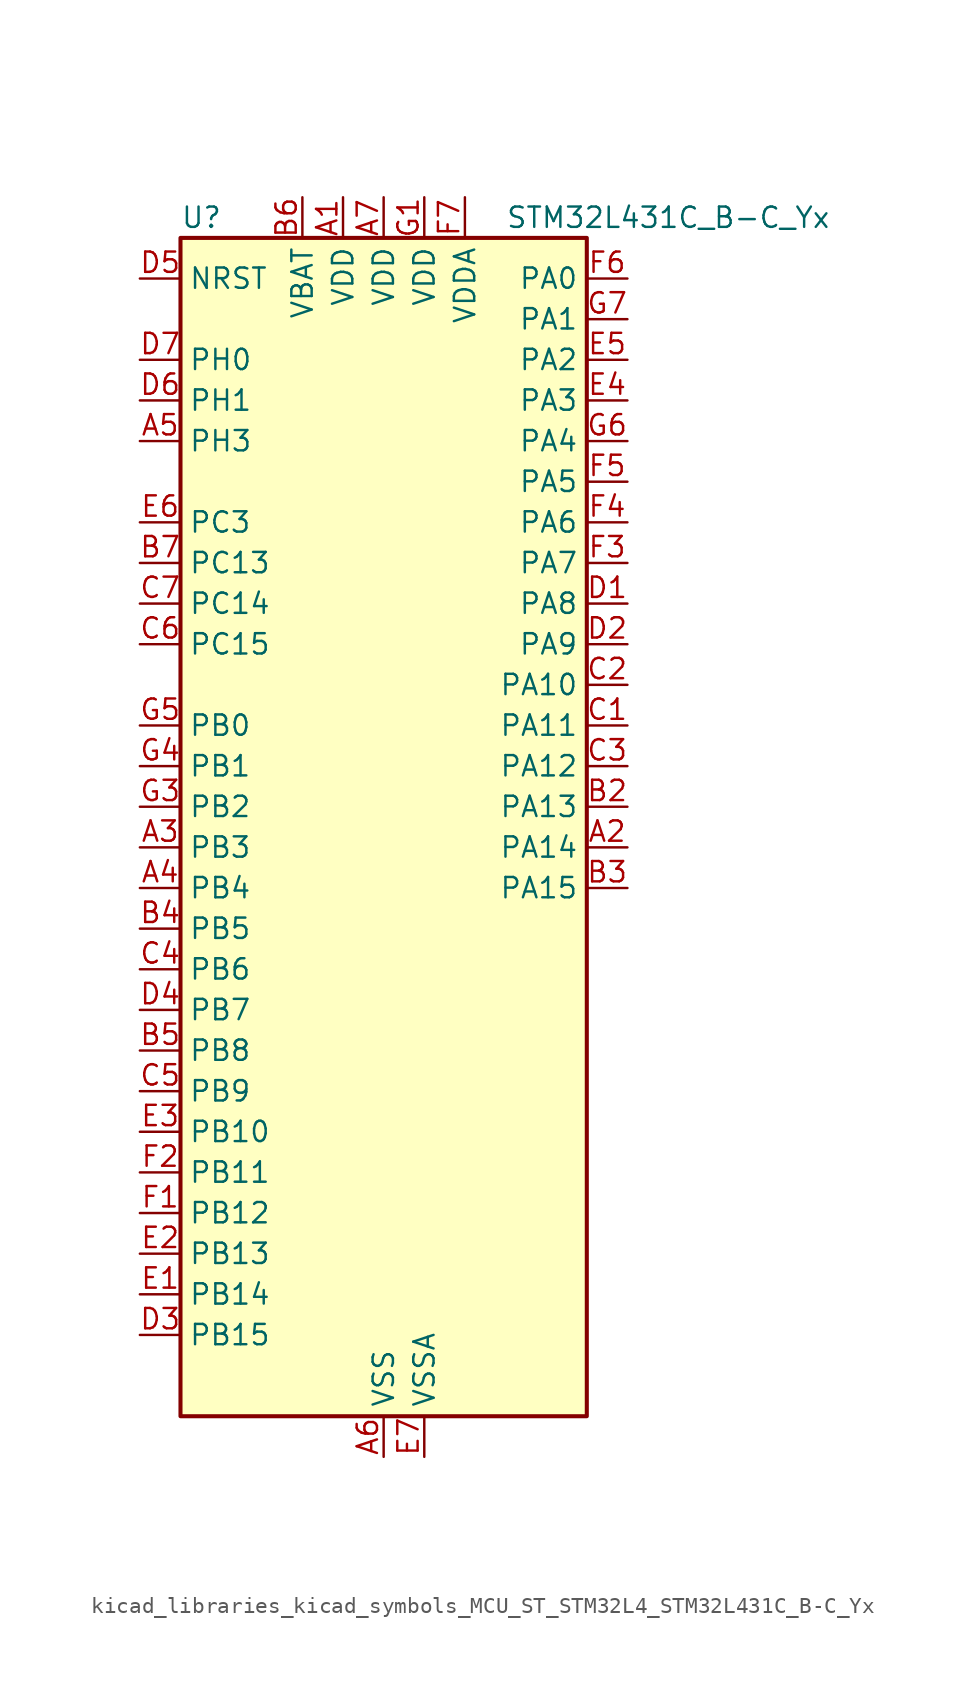
<source format=kicad_sym>
(kicad_symbol_lib
  (version 20220914)
  (generator kicad_symbol_editor)
  (symbol "kicad_libraries_kicad_symbols_MCU_ST_STM32L4_STM32L431C_B-C_Yx"
    (property "Reference" "U"
      (at -12.7 39.37 0)
      (effects (font (size 1.27 1.27)) (justify left)))
    (property "Value" "STM32L431C_B-C_Yx"
      (at 7.62 39.37 0)
      (effects (font (size 1.27 1.27)) (justify left)))
    (property "ki_locked" ""
      (at 0 0 0)
      (effects (font (size 1.27 1.27))))
    (symbol "kicad_libraries_kicad_symbols_MCU_ST_STM32L4_STM32L431C_B-C_Yx_0_1"
      (rectangle (start -12.7 -35.56) (end 12.7 38.1) (stroke (width 0.254) (type default)) (fill (type background))))
    (symbol "kicad_libraries_kicad_symbols_MCU_ST_STM32L4_STM32L431C_B-C_Yx_1_1"
      (pin power_in line (at -2.54 40.64 270) (length 2.54) (name "VDD" (effects (font (size 1.27 1.27)))) (number "A1" (effects (font (size 1.27 1.27)))))
      (pin bidirectional line (at 15.24 0 180) (length 2.54) (name "PA14" (effects (font (size 1.27 1.27)))) (number "A2" (effects (font (size 1.27 1.27)))) (alternate "I2C1_SMBA" bidirectional line) (alternate "LPTIM1_OUT" bidirectional line) (alternate "SAI1_FS_B" bidirectional line) (alternate "SWPMI1_RX" bidirectional line) (alternate "SYS_JTCK-SWCLK" bidirectional line))
      (pin bidirectional line (at -15.24 0 0) (length 2.54) (name "PB3" (effects (font (size 1.27 1.27)))) (number "A3" (effects (font (size 1.27 1.27)))) (alternate "COMP2_INM" bidirectional line) (alternate "SAI1_SCK_B" bidirectional line) (alternate "SPI1_SCK" bidirectional line) (alternate "SPI3_SCK" bidirectional line) (alternate "SYS_JTDO-SWO" bidirectional line) (alternate "TIM2_CH2" bidirectional line) (alternate "USART1_DE" bidirectional line) (alternate "USART1_RTS" bidirectional line))
      (pin bidirectional line (at -15.24 -2.54 0) (length 2.54) (name "PB4" (effects (font (size 1.27 1.27)))) (number "A4" (effects (font (size 1.27 1.27)))) (alternate "COMP2_INP" bidirectional line) (alternate "I2C3_SDA" bidirectional line) (alternate "SAI1_MCLK_B" bidirectional line) (alternate "SPI1_MISO" bidirectional line) (alternate "SPI3_MISO" bidirectional line) (alternate "SYS_JTRST" bidirectional line) (alternate "TSC_G2_IO1" bidirectional line) (alternate "USART1_CTS" bidirectional line))
      (pin bidirectional line (at -15.24 25.4 0) (length 2.54) (name "PH3" (effects (font (size 1.27 1.27)))) (number "A5" (effects (font (size 1.27 1.27)))))
      (pin power_in line (at 0 -38.1 90) (length 2.54) (name "VSS" (effects (font (size 1.27 1.27)))) (number "A6" (effects (font (size 1.27 1.27)))))
      (pin power_in line (at 0 40.64 270) (length 2.54) (name "VDD" (effects (font (size 1.27 1.27)))) (number "A7" (effects (font (size 1.27 1.27)))))
      (pin passive line (at 0 -38.1 90) (length 2.54) hide (name "VSS" (effects (font (size 1.27 1.27)))) (number "B1" (effects (font (size 1.27 1.27)))))
      (pin bidirectional line (at 15.24 2.54 180) (length 2.54) (name "PA13" (effects (font (size 1.27 1.27)))) (number "B2" (effects (font (size 1.27 1.27)))) (alternate "IR_OUT" bidirectional line) (alternate "SAI1_SD_B" bidirectional line) (alternate "SWPMI1_TX" bidirectional line) (alternate "SYS_JTMS-SWDIO" bidirectional line))
      (pin bidirectional line (at 15.24 -2.54 180) (length 2.54) (name "PA15" (effects (font (size 1.27 1.27)))) (number "B3" (effects (font (size 1.27 1.27)))) (alternate "ADC1_EXTI15" bidirectional line) (alternate "SPI1_NSS" bidirectional line) (alternate "SPI3_NSS" bidirectional line) (alternate "SWPMI1_SUSPEND" bidirectional line) (alternate "SYS_JTDI" bidirectional line) (alternate "TIM2_CH1" bidirectional line) (alternate "TIM2_ETR" bidirectional line) (alternate "USART2_RX" bidirectional line) (alternate "USART3_DE" bidirectional line) (alternate "USART3_RTS" bidirectional line))
      (pin bidirectional line (at -15.24 -5.08 0) (length 2.54) (name "PB5" (effects (font (size 1.27 1.27)))) (number "B4" (effects (font (size 1.27 1.27)))) (alternate "COMP2_OUT" bidirectional line) (alternate "I2C1_SMBA" bidirectional line) (alternate "LPTIM1_IN1" bidirectional line) (alternate "SAI1_SD_B" bidirectional line) (alternate "SPI1_MOSI" bidirectional line) (alternate "SPI3_MOSI" bidirectional line) (alternate "TIM16_BKIN" bidirectional line) (alternate "TSC_G2_IO2" bidirectional line) (alternate "USART1_CK" bidirectional line))
      (pin bidirectional line (at -15.24 -12.7 0) (length 2.54) (name "PB8" (effects (font (size 1.27 1.27)))) (number "B5" (effects (font (size 1.27 1.27)))) (alternate "CAN1_RX" bidirectional line) (alternate "I2C1_SCL" bidirectional line) (alternate "SAI1_MCLK_A" bidirectional line) (alternate "TIM16_CH1" bidirectional line))
      (pin power_in line (at -5.08 40.64 270) (length 2.54) (name "VBAT" (effects (font (size 1.27 1.27)))) (number "B6" (effects (font (size 1.27 1.27)))))
      (pin bidirectional line (at -15.24 17.78 0) (length 2.54) (name "PC13" (effects (font (size 1.27 1.27)))) (number "B7" (effects (font (size 1.27 1.27)))) (alternate "RTC_OUT_ALARM" bidirectional line) (alternate "RTC_OUT_CALIB" bidirectional line) (alternate "RTC_TAMP1" bidirectional line) (alternate "RTC_TS" bidirectional line) (alternate "SYS_WKUP2" bidirectional line))
      (pin bidirectional line (at 15.24 7.62 180) (length 2.54) (name "PA11" (effects (font (size 1.27 1.27)))) (number "C1" (effects (font (size 1.27 1.27)))) (alternate "ADC1_EXTI11" bidirectional line) (alternate "CAN1_RX" bidirectional line) (alternate "COMP1_OUT" bidirectional line) (alternate "SPI1_MISO" bidirectional line) (alternate "TIM1_BKIN2" bidirectional line) (alternate "TIM1_BKIN2_COMP1" bidirectional line) (alternate "TIM1_CH4" bidirectional line) (alternate "USART1_CTS" bidirectional line))
      (pin bidirectional line (at 15.24 10.16 180) (length 2.54) (name "PA10" (effects (font (size 1.27 1.27)))) (number "C2" (effects (font (size 1.27 1.27)))) (alternate "I2C1_SDA" bidirectional line) (alternate "SAI1_SD_A" bidirectional line) (alternate "TIM1_CH3" bidirectional line) (alternate "USART1_RX" bidirectional line))
      (pin bidirectional line (at 15.24 5.08 180) (length 2.54) (name "PA12" (effects (font (size 1.27 1.27)))) (number "C3" (effects (font (size 1.27 1.27)))) (alternate "CAN1_TX" bidirectional line) (alternate "SPI1_MOSI" bidirectional line) (alternate "TIM1_ETR" bidirectional line) (alternate "USART1_DE" bidirectional line) (alternate "USART1_RTS" bidirectional line))
      (pin bidirectional line (at -15.24 -7.62 0) (length 2.54) (name "PB6" (effects (font (size 1.27 1.27)))) (number "C4" (effects (font (size 1.27 1.27)))) (alternate "COMP2_INP" bidirectional line) (alternate "I2C1_SCL" bidirectional line) (alternate "LPTIM1_ETR" bidirectional line) (alternate "SAI1_FS_B" bidirectional line) (alternate "TIM16_CH1N" bidirectional line) (alternate "TSC_G2_IO3" bidirectional line) (alternate "USART1_TX" bidirectional line))
      (pin bidirectional line (at -15.24 -15.24 0) (length 2.54) (name "PB9" (effects (font (size 1.27 1.27)))) (number "C5" (effects (font (size 1.27 1.27)))) (alternate "CAN1_TX" bidirectional line) (alternate "DAC1_EXTI9" bidirectional line) (alternate "I2C1_SDA" bidirectional line) (alternate "IR_OUT" bidirectional line) (alternate "SAI1_FS_A" bidirectional line) (alternate "SPI2_NSS" bidirectional line))
      (pin bidirectional line (at -15.24 12.7 0) (length 2.54) (name "PC15" (effects (font (size 1.27 1.27)))) (number "C6" (effects (font (size 1.27 1.27)))) (alternate "ADC1_EXTI15" bidirectional line) (alternate "RCC_OSC32_OUT" bidirectional line))
      (pin bidirectional line (at -15.24 15.24 0) (length 2.54) (name "PC14" (effects (font (size 1.27 1.27)))) (number "C7" (effects (font (size 1.27 1.27)))) (alternate "RCC_OSC32_IN" bidirectional line))
      (pin bidirectional line (at 15.24 15.24 180) (length 2.54) (name "PA8" (effects (font (size 1.27 1.27)))) (number "D1" (effects (font (size 1.27 1.27)))) (alternate "LPTIM2_OUT" bidirectional line) (alternate "RCC_MCO" bidirectional line) (alternate "SAI1_SCK_A" bidirectional line) (alternate "SWPMI1_IO" bidirectional line) (alternate "TIM1_CH1" bidirectional line) (alternate "USART1_CK" bidirectional line))
      (pin bidirectional line (at 15.24 12.7 180) (length 2.54) (name "PA9" (effects (font (size 1.27 1.27)))) (number "D2" (effects (font (size 1.27 1.27)))) (alternate "DAC1_EXTI9" bidirectional line) (alternate "I2C1_SCL" bidirectional line) (alternate "SAI1_FS_A" bidirectional line) (alternate "TIM15_BKIN" bidirectional line) (alternate "TIM1_CH2" bidirectional line) (alternate "USART1_TX" bidirectional line))
      (pin bidirectional line (at -15.24 -30.48 0) (length 2.54) (name "PB15" (effects (font (size 1.27 1.27)))) (number "D3" (effects (font (size 1.27 1.27)))) (alternate "ADC1_EXTI15" bidirectional line) (alternate "RTC_REFIN" bidirectional line) (alternate "SAI1_SD_A" bidirectional line) (alternate "SPI2_MOSI" bidirectional line) (alternate "SWPMI1_SUSPEND" bidirectional line) (alternate "TIM15_CH2" bidirectional line) (alternate "TIM1_CH3N" bidirectional line) (alternate "TSC_G1_IO4" bidirectional line))
      (pin bidirectional line (at -15.24 -10.16 0) (length 2.54) (name "PB7" (effects (font (size 1.27 1.27)))) (number "D4" (effects (font (size 1.27 1.27)))) (alternate "COMP2_INM" bidirectional line) (alternate "I2C1_SDA" bidirectional line) (alternate "LPTIM1_IN2" bidirectional line) (alternate "SYS_PVD_IN" bidirectional line) (alternate "TSC_G2_IO4" bidirectional line) (alternate "USART1_RX" bidirectional line))
      (pin input line (at -15.24 35.56 0) (length 2.54) (name "NRST" (effects (font (size 1.27 1.27)))) (number "D5" (effects (font (size 1.27 1.27)))))
      (pin bidirectional line (at -15.24 27.94 0) (length 2.54) (name "PH1" (effects (font (size 1.27 1.27)))) (number "D6" (effects (font (size 1.27 1.27)))) (alternate "RCC_OSC_OUT" bidirectional line))
      (pin bidirectional line (at -15.24 30.48 0) (length 2.54) (name "PH0" (effects (font (size 1.27 1.27)))) (number "D7" (effects (font (size 1.27 1.27)))) (alternate "RCC_OSC_IN" bidirectional line))
      (pin bidirectional line (at -15.24 -27.94 0) (length 2.54) (name "PB14" (effects (font (size 1.27 1.27)))) (number "E1" (effects (font (size 1.27 1.27)))) (alternate "I2C2_SDA" bidirectional line) (alternate "SAI1_MCLK_A" bidirectional line) (alternate "SPI2_MISO" bidirectional line) (alternate "SWPMI1_RX" bidirectional line) (alternate "TIM15_CH1" bidirectional line) (alternate "TIM1_CH2N" bidirectional line) (alternate "TSC_G1_IO3" bidirectional line) (alternate "USART3_DE" bidirectional line) (alternate "USART3_RTS" bidirectional line))
      (pin bidirectional line (at -15.24 -25.4 0) (length 2.54) (name "PB13" (effects (font (size 1.27 1.27)))) (number "E2" (effects (font (size 1.27 1.27)))) (alternate "I2C2_SCL" bidirectional line) (alternate "LPUART1_CTS" bidirectional line) (alternate "SAI1_SCK_A" bidirectional line) (alternate "SPI2_SCK" bidirectional line) (alternate "SWPMI1_TX" bidirectional line) (alternate "TIM15_CH1N" bidirectional line) (alternate "TIM1_CH1N" bidirectional line) (alternate "TSC_G1_IO2" bidirectional line) (alternate "USART3_CTS" bidirectional line))
      (pin bidirectional line (at -15.24 -17.78 0) (length 2.54) (name "PB10" (effects (font (size 1.27 1.27)))) (number "E3" (effects (font (size 1.27 1.27)))) (alternate "COMP1_OUT" bidirectional line) (alternate "I2C2_SCL" bidirectional line) (alternate "LPUART1_RX" bidirectional line) (alternate "QUADSPI_CLK" bidirectional line) (alternate "SAI1_SCK_A" bidirectional line) (alternate "SPI2_SCK" bidirectional line) (alternate "TIM2_CH3" bidirectional line) (alternate "TSC_SYNC" bidirectional line) (alternate "USART3_TX" bidirectional line))
      (pin bidirectional line (at 15.24 27.94 180) (length 2.54) (name "PA3" (effects (font (size 1.27 1.27)))) (number "E4" (effects (font (size 1.27 1.27)))) (alternate "ADC1_IN8" bidirectional line) (alternate "COMP2_INP" bidirectional line) (alternate "LPUART1_RX" bidirectional line) (alternate "OPAMP1_VOUT" bidirectional line) (alternate "QUADSPI_CLK" bidirectional line) (alternate "SAI1_MCLK_A" bidirectional line) (alternate "TIM15_CH2" bidirectional line) (alternate "TIM2_CH4" bidirectional line) (alternate "USART2_RX" bidirectional line))
      (pin bidirectional line (at 15.24 30.48 180) (length 2.54) (name "PA2" (effects (font (size 1.27 1.27)))) (number "E5" (effects (font (size 1.27 1.27)))) (alternate "ADC1_IN7" bidirectional line) (alternate "COMP2_INM" bidirectional line) (alternate "COMP2_OUT" bidirectional line) (alternate "LPUART1_TX" bidirectional line) (alternate "QUADSPI_BK1_NCS" bidirectional line) (alternate "RCC_LSCO" bidirectional line) (alternate "SYS_WKUP4" bidirectional line) (alternate "TIM15_CH1" bidirectional line) (alternate "TIM2_CH3" bidirectional line) (alternate "USART2_TX" bidirectional line))
      (pin bidirectional line (at -15.24 20.32 0) (length 2.54) (name "PC3" (effects (font (size 1.27 1.27)))) (number "E6" (effects (font (size 1.27 1.27)))) (alternate "ADC1_IN4" bidirectional line) (alternate "LPTIM1_ETR" bidirectional line) (alternate "LPTIM2_ETR" bidirectional line) (alternate "SAI1_SD_A" bidirectional line) (alternate "SPI2_MOSI" bidirectional line))
      (pin power_in line (at 2.54 -38.1 90) (length 2.54) (name "VSSA" (effects (font (size 1.27 1.27)))) (number "E7" (effects (font (size 1.27 1.27)))))
      (pin bidirectional line (at -15.24 -22.86 0) (length 2.54) (name "PB12" (effects (font (size 1.27 1.27)))) (number "F1" (effects (font (size 1.27 1.27)))) (alternate "I2C2_SMBA" bidirectional line) (alternate "LPUART1_DE" bidirectional line) (alternate "LPUART1_RTS" bidirectional line) (alternate "SAI1_FS_A" bidirectional line) (alternate "SPI2_NSS" bidirectional line) (alternate "SWPMI1_IO" bidirectional line) (alternate "TIM15_BKIN" bidirectional line) (alternate "TIM1_BKIN" bidirectional line) (alternate "TIM1_BKIN_COMP2" bidirectional line) (alternate "TSC_G1_IO1" bidirectional line) (alternate "USART3_CK" bidirectional line))
      (pin bidirectional line (at -15.24 -20.32 0) (length 2.54) (name "PB11" (effects (font (size 1.27 1.27)))) (number "F2" (effects (font (size 1.27 1.27)))) (alternate "ADC1_EXTI11" bidirectional line) (alternate "COMP2_OUT" bidirectional line) (alternate "I2C2_SDA" bidirectional line) (alternate "LPUART1_TX" bidirectional line) (alternate "QUADSPI_BK1_NCS" bidirectional line) (alternate "TIM2_CH4" bidirectional line) (alternate "USART3_RX" bidirectional line))
      (pin bidirectional line (at 15.24 17.78 180) (length 2.54) (name "PA7" (effects (font (size 1.27 1.27)))) (number "F3" (effects (font (size 1.27 1.27)))) (alternate "ADC1_IN12" bidirectional line) (alternate "COMP2_OUT" bidirectional line) (alternate "I2C3_SCL" bidirectional line) (alternate "QUADSPI_BK1_IO2" bidirectional line) (alternate "SPI1_MOSI" bidirectional line) (alternate "TIM1_CH1N" bidirectional line))
      (pin bidirectional line (at 15.24 20.32 180) (length 2.54) (name "PA6" (effects (font (size 1.27 1.27)))) (number "F4" (effects (font (size 1.27 1.27)))) (alternate "ADC1_IN11" bidirectional line) (alternate "COMP1_OUT" bidirectional line) (alternate "LPUART1_CTS" bidirectional line) (alternate "QUADSPI_BK1_IO3" bidirectional line) (alternate "SPI1_MISO" bidirectional line) (alternate "TIM16_CH1" bidirectional line) (alternate "TIM1_BKIN" bidirectional line) (alternate "TIM1_BKIN_COMP2" bidirectional line) (alternate "USART3_CTS" bidirectional line))
      (pin bidirectional line (at 15.24 22.86 180) (length 2.54) (name "PA5" (effects (font (size 1.27 1.27)))) (number "F5" (effects (font (size 1.27 1.27)))) (alternate "ADC1_IN10" bidirectional line) (alternate "COMP1_INM" bidirectional line) (alternate "COMP2_INM" bidirectional line) (alternate "DAC1_OUT2" bidirectional line) (alternate "LPTIM2_ETR" bidirectional line) (alternate "SPI1_SCK" bidirectional line) (alternate "TIM2_CH1" bidirectional line) (alternate "TIM2_ETR" bidirectional line))
      (pin bidirectional line (at 15.24 35.56 180) (length 2.54) (name "PA0" (effects (font (size 1.27 1.27)))) (number "F6" (effects (font (size 1.27 1.27)))) (alternate "ADC1_IN5" bidirectional line) (alternate "COMP1_INM" bidirectional line) (alternate "COMP1_OUT" bidirectional line) (alternate "OPAMP1_VINP" bidirectional line) (alternate "RTC_TAMP2" bidirectional line) (alternate "SAI1_EXTCLK" bidirectional line) (alternate "SYS_WKUP1" bidirectional line) (alternate "TIM2_CH1" bidirectional line) (alternate "TIM2_ETR" bidirectional line) (alternate "USART2_CTS" bidirectional line))
      (pin power_in line (at 5.08 40.64 270) (length 2.54) (name "VDDA" (effects (font (size 1.27 1.27)))) (number "F7" (effects (font (size 1.27 1.27)))))
      (pin power_in line (at 2.54 40.64 270) (length 2.54) (name "VDD" (effects (font (size 1.27 1.27)))) (number "G1" (effects (font (size 1.27 1.27)))))
      (pin passive line (at 0 -38.1 90) (length 2.54) hide (name "VSS" (effects (font (size 1.27 1.27)))) (number "G2" (effects (font (size 1.27 1.27)))))
      (pin bidirectional line (at -15.24 2.54 0) (length 2.54) (name "PB2" (effects (font (size 1.27 1.27)))) (number "G3" (effects (font (size 1.27 1.27)))) (alternate "COMP1_INP" bidirectional line) (alternate "I2C3_SMBA" bidirectional line) (alternate "LPTIM1_OUT" bidirectional line) (alternate "RTC_OUT_ALARM" bidirectional line) (alternate "RTC_OUT_CALIB" bidirectional line))
      (pin bidirectional line (at -15.24 5.08 0) (length 2.54) (name "PB1" (effects (font (size 1.27 1.27)))) (number "G4" (effects (font (size 1.27 1.27)))) (alternate "ADC1_IN16" bidirectional line) (alternate "COMP1_INM" bidirectional line) (alternate "LPTIM2_IN1" bidirectional line) (alternate "LPUART1_DE" bidirectional line) (alternate "LPUART1_RTS" bidirectional line) (alternate "QUADSPI_BK1_IO0" bidirectional line) (alternate "TIM1_CH3N" bidirectional line) (alternate "USART3_DE" bidirectional line) (alternate "USART3_RTS" bidirectional line))
      (pin bidirectional line (at -15.24 7.62 0) (length 2.54) (name "PB0" (effects (font (size 1.27 1.27)))) (number "G5" (effects (font (size 1.27 1.27)))) (alternate "ADC1_IN15" bidirectional line) (alternate "COMP1_OUT" bidirectional line) (alternate "QUADSPI_BK1_IO1" bidirectional line) (alternate "SAI1_EXTCLK" bidirectional line) (alternate "SPI1_NSS" bidirectional line) (alternate "TIM1_CH2N" bidirectional line) (alternate "USART3_CK" bidirectional line))
      (pin bidirectional line (at 15.24 25.4 180) (length 2.54) (name "PA4" (effects (font (size 1.27 1.27)))) (number "G6" (effects (font (size 1.27 1.27)))) (alternate "ADC1_IN9" bidirectional line) (alternate "COMP1_INM" bidirectional line) (alternate "COMP2_INM" bidirectional line) (alternate "DAC1_OUT1" bidirectional line) (alternate "LPTIM2_OUT" bidirectional line) (alternate "SAI1_FS_B" bidirectional line) (alternate "SPI1_NSS" bidirectional line) (alternate "SPI3_NSS" bidirectional line) (alternate "USART2_CK" bidirectional line))
      (pin bidirectional line (at 15.24 33.02 180) (length 2.54) (name "PA1" (effects (font (size 1.27 1.27)))) (number "G7" (effects (font (size 1.27 1.27)))) (alternate "ADC1_IN6" bidirectional line) (alternate "COMP1_INP" bidirectional line) (alternate "I2C1_SMBA" bidirectional line) (alternate "OPAMP1_VINM" bidirectional line) (alternate "SPI1_SCK" bidirectional line) (alternate "TIM15_CH1N" bidirectional line) (alternate "TIM2_CH2" bidirectional line) (alternate "USART2_DE" bidirectional line) (alternate "USART2_RTS" bidirectional line)))))
</source>
